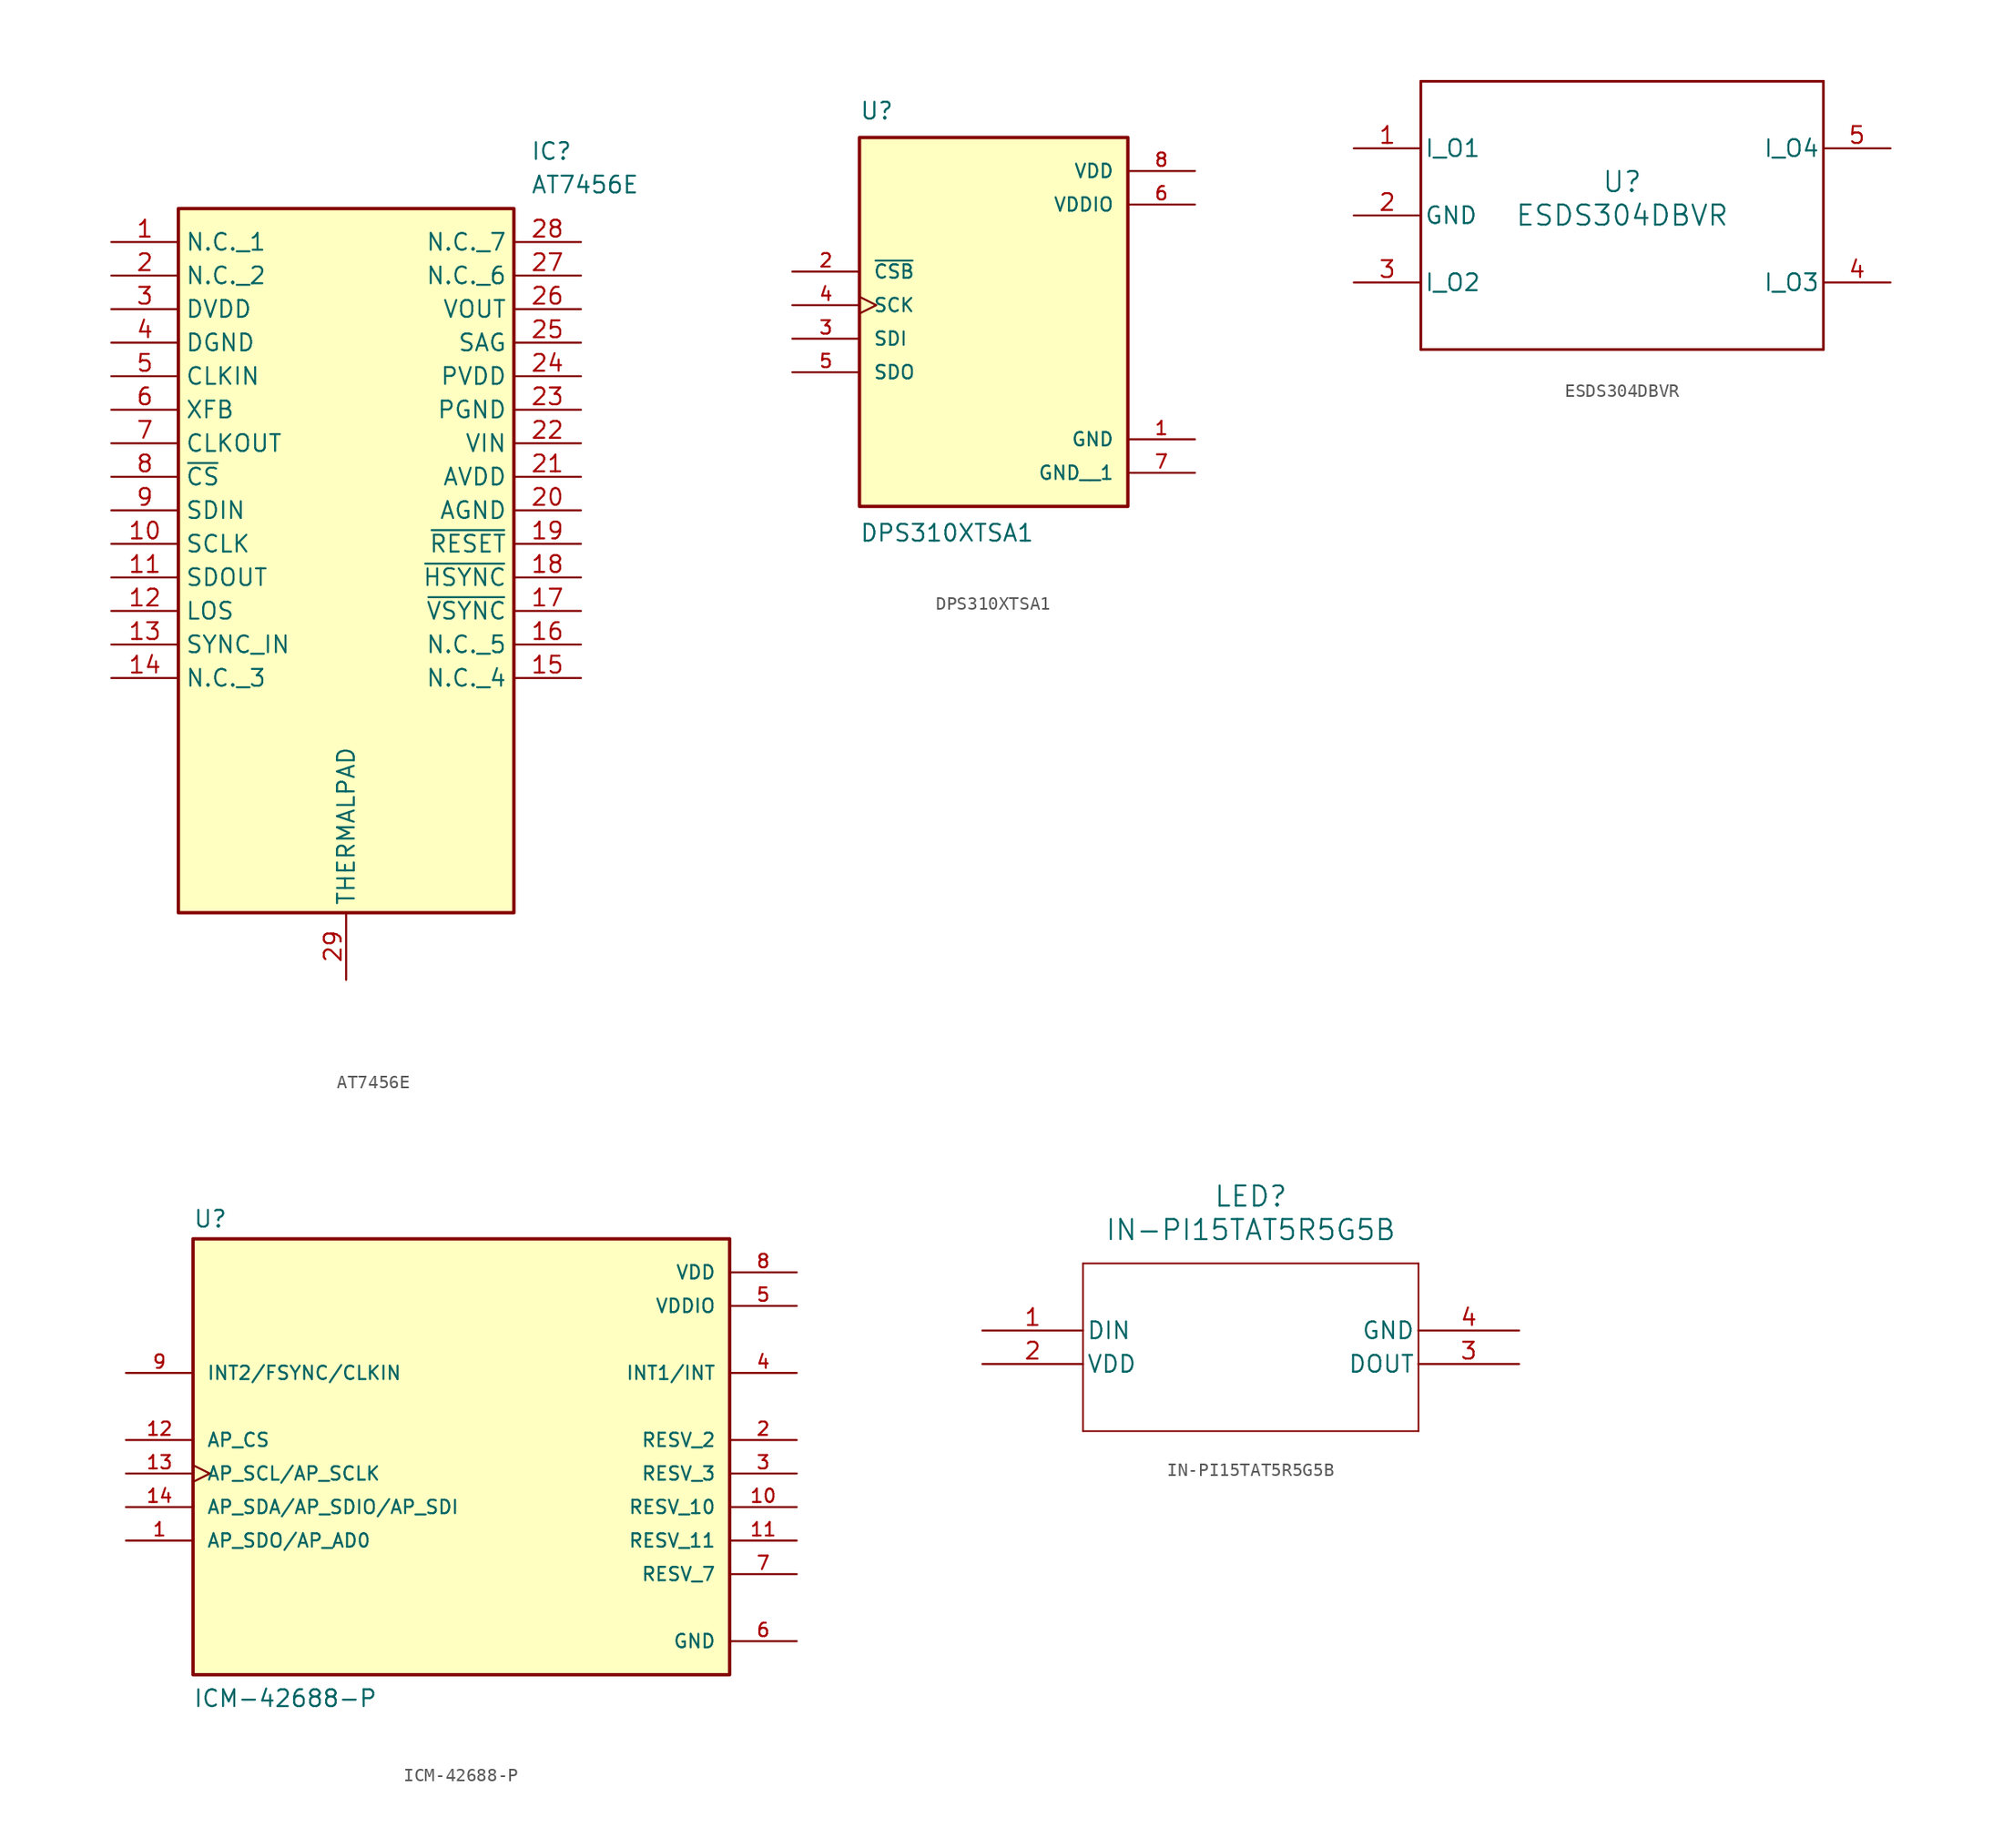
<source format=kicad_sym>
(kicad_symbol_lib
  (version 20220914)
  (generator kicad_symbol_editor)
  (symbol "AT7456E"
    (property "Reference" "IC"
      (at 31.75 7.62 0)
      (effects (font (size 1.27 1.27)) (justify left top)))
    (property "Value" "AT7456E"
      (at 31.75 5.08 0)
      (effects (font (size 1.27 1.27)) (justify left top)))
    (symbol "AT7456E_1_1"
      (rectangle (start 5.08 2.54) (end 30.48 -50.8) (stroke (width 0.254) (type default)) (fill (type background)))
      (pin passive line (at 0 0 0) (length 5.08) (name "N.C._1" (effects (font (size 1.27 1.27)))) (number "1" (effects (font (size 1.27 1.27)))))
      (pin passive line (at 0 -22.86 0) (length 5.08) (name "SCLK" (effects (font (size 1.27 1.27)))) (number "10" (effects (font (size 1.27 1.27)))))
      (pin passive line (at 0 -25.4 0) (length 5.08) (name "SDOUT" (effects (font (size 1.27 1.27)))) (number "11" (effects (font (size 1.27 1.27)))))
      (pin passive line (at 0 -27.94 0) (length 5.08) (name "LOS" (effects (font (size 1.27 1.27)))) (number "12" (effects (font (size 1.27 1.27)))))
      (pin passive line (at 0 -30.48 0) (length 5.08) (name "SYNC_IN" (effects (font (size 1.27 1.27)))) (number "13" (effects (font (size 1.27 1.27)))))
      (pin passive line (at 0 -33.02 0) (length 5.08) (name "N.C._3" (effects (font (size 1.27 1.27)))) (number "14" (effects (font (size 1.27 1.27)))))
      (pin passive line (at 35.56 -33.02 180) (length 5.08) (name "N.C._4" (effects (font (size 1.27 1.27)))) (number "15" (effects (font (size 1.27 1.27)))))
      (pin passive line (at 35.56 -30.48 180) (length 5.08) (name "N.C._5" (effects (font (size 1.27 1.27)))) (number "16" (effects (font (size 1.27 1.27)))))
      (pin passive line (at 35.56 -27.94 180) (length 5.08) (name "~{VSYNC}" (effects (font (size 1.27 1.27)))) (number "17" (effects (font (size 1.27 1.27)))))
      (pin passive line (at 35.56 -25.4 180) (length 5.08) (name "~{HSYNC}" (effects (font (size 1.27 1.27)))) (number "18" (effects (font (size 1.27 1.27)))))
      (pin passive line (at 35.56 -22.86 180) (length 5.08) (name "~{RESET}" (effects (font (size 1.27 1.27)))) (number "19" (effects (font (size 1.27 1.27)))))
      (pin passive line (at 0 -2.54 0) (length 5.08) (name "N.C._2" (effects (font (size 1.27 1.27)))) (number "2" (effects (font (size 1.27 1.27)))))
      (pin passive line (at 35.56 -20.32 180) (length 5.08) (name "AGND" (effects (font (size 1.27 1.27)))) (number "20" (effects (font (size 1.27 1.27)))))
      (pin passive line (at 35.56 -17.78 180) (length 5.08) (name "AVDD" (effects (font (size 1.27 1.27)))) (number "21" (effects (font (size 1.27 1.27)))))
      (pin passive line (at 35.56 -15.24 180) (length 5.08) (name "VIN" (effects (font (size 1.27 1.27)))) (number "22" (effects (font (size 1.27 1.27)))))
      (pin passive line (at 35.56 -12.7 180) (length 5.08) (name "PGND" (effects (font (size 1.27 1.27)))) (number "23" (effects (font (size 1.27 1.27)))))
      (pin passive line (at 35.56 -10.16 180) (length 5.08) (name "PVDD" (effects (font (size 1.27 1.27)))) (number "24" (effects (font (size 1.27 1.27)))))
      (pin passive line (at 35.56 -7.62 180) (length 5.08) (name "SAG" (effects (font (size 1.27 1.27)))) (number "25" (effects (font (size 1.27 1.27)))))
      (pin passive line (at 35.56 -5.08 180) (length 5.08) (name "VOUT" (effects (font (size 1.27 1.27)))) (number "26" (effects (font (size 1.27 1.27)))))
      (pin passive line (at 35.56 -2.54 180) (length 5.08) (name "N.C._6" (effects (font (size 1.27 1.27)))) (number "27" (effects (font (size 1.27 1.27)))))
      (pin passive line (at 35.56 0 180) (length 5.08) (name "N.C._7" (effects (font (size 1.27 1.27)))) (number "28" (effects (font (size 1.27 1.27)))))
      (pin passive line (at 17.78 -55.88 90) (length 5.08) (name "THERMALPAD" (effects (font (size 1.27 1.27)))) (number "29" (effects (font (size 1.27 1.27)))))
      (pin passive line (at 0 -5.08 0) (length 5.08) (name "DVDD" (effects (font (size 1.27 1.27)))) (number "3" (effects (font (size 1.27 1.27)))))
      (pin passive line (at 0 -7.62 0) (length 5.08) (name "DGND" (effects (font (size 1.27 1.27)))) (number "4" (effects (font (size 1.27 1.27)))))
      (pin passive line (at 0 -10.16 0) (length 5.08) (name "CLKIN" (effects (font (size 1.27 1.27)))) (number "5" (effects (font (size 1.27 1.27)))))
      (pin passive line (at 0 -12.7 0) (length 5.08) (name "XFB" (effects (font (size 1.27 1.27)))) (number "6" (effects (font (size 1.27 1.27)))))
      (pin passive line (at 0 -15.24 0) (length 5.08) (name "CLKOUT" (effects (font (size 1.27 1.27)))) (number "7" (effects (font (size 1.27 1.27)))))
      (pin passive line (at 0 -17.78 0) (length 5.08) (name "~{CS}" (effects (font (size 1.27 1.27)))) (number "8" (effects (font (size 1.27 1.27)))))
      (pin passive line (at 0 -20.32 0) (length 5.08) (name "SDIN" (effects (font (size 1.27 1.27)))) (number "9" (effects (font (size 1.27 1.27)))))))
  (symbol "DPS310XTSA1"
    (pin_names
      (offset 1.016))
    (property "Reference" "U"
      (at -10.16 13.97 0)
      (effects (font (size 1.27 1.27)) (justify left bottom)))
    (property "Value" "DPS310XTSA1"
      (at -10.16 -16.51 0)
      (effects (font (size 1.27 1.27)) (justify left top)))
    (symbol "DPS310XTSA1_0_0"
      (rectangle (start -10.16 -15.24) (end 10.16 12.7) (stroke (width 0.254) (type default)) (fill (type background)))
      (pin power_in line (at 15.24 -10.16 180) (length 5.08) (name "GND" (effects (font (size 1.016 1.016)))) (number "1" (effects (font (size 1.016 1.016)))))
      (pin input line (at -15.24 2.54 0) (length 5.08) (name "~{CSB}" (effects (font (size 1.016 1.016)))) (number "2" (effects (font (size 1.016 1.016)))))
      (pin bidirectional line (at -15.24 -2.54 0) (length 5.08) (name "SDI" (effects (font (size 1.016 1.016)))) (number "3" (effects (font (size 1.016 1.016)))))
      (pin input clock (at -15.24 0 0) (length 5.08) (name "SCK" (effects (font (size 1.016 1.016)))) (number "4" (effects (font (size 1.016 1.016)))))
      (pin output line (at -15.24 -5.08 0) (length 5.08) (name "SDO" (effects (font (size 1.016 1.016)))) (number "5" (effects (font (size 1.016 1.016)))))
      (pin power_in line (at 15.24 7.62 180) (length 5.08) (name "VDDIO" (effects (font (size 1.016 1.016)))) (number "6" (effects (font (size 1.016 1.016)))))
      (pin power_in line (at 15.24 -12.7 180) (length 5.08) (name "GND__1" (effects (font (size 1.016 1.016)))) (number "7" (effects (font (size 1.016 1.016)))))
      (pin power_in line (at 15.24 10.16 180) (length 5.08) (name "VDD" (effects (font (size 1.016 1.016)))) (number "8" (effects (font (size 1.016 1.016)))))))
  (symbol "ESDS304DBVR"
    (pin_names
      (offset 0.254))
    (property "Reference" "U"
      (at 0 2.54 0)
      (effects (font (size 1.524 1.524))))
    (property "Value" "ESDS304DBVR"
      (at 0 0 0)
      (effects (font (size 1.524 1.524))))
    (property "ki_locked" ""
      (at 0 0 0)
      (effects (font (size 1.27 1.27))))
    (symbol "ESDS304DBVR_0_1"
      (polyline (pts (xy -15.24 -10.16) (xy 15.24 -10.16)) (stroke (width 0.203) (type default)) (fill (type none)))
      (polyline (pts (xy -15.24 10.16) (xy -15.24 -10.16)) (stroke (width 0.203) (type default)) (fill (type none)))
      (polyline (pts (xy 15.24 -10.16) (xy 15.24 10.16)) (stroke (width 0.203) (type default)) (fill (type none)))
      (polyline (pts (xy 15.24 10.16) (xy -15.24 10.16)) (stroke (width 0.203) (type default)) (fill (type none)))
      (pin power_in line (at -20.32 0 0) (length 5.08) (name "GND" (effects (font (size 1.27 1.27)))) (number "2" (effects (font (size 1.27 1.27)))))
      (pin bidirectional line (at 20.32 -5.08 180) (length 5.08) (name "I_O3" (effects (font (size 1.27 1.27)))) (number "4" (effects (font (size 1.27 1.27)))))
      (pin bidirectional line (at 20.32 5.08 180) (length 5.08) (name "I_O4" (effects (font (size 1.27 1.27)))) (number "5" (effects (font (size 1.27 1.27))))))
    (symbol "ESDS304DBVR_1_1"
      (pin bidirectional line (at -20.32 5.08 0) (length 5.08) (name "I_O1" (effects (font (size 1.27 1.27)))) (number "1" (effects (font (size 1.27 1.27)))))
      (pin bidirectional line (at -20.32 -5.08 0) (length 5.08) (name "I_O2" (effects (font (size 1.27 1.27)))) (number "3" (effects (font (size 1.27 1.27)))))))
  (symbol "ICM-42688-P"
    (pin_names
      (offset 1.016))
    (property "Reference" "U"
      (at -20.32 16.002 0)
      (effects (font (size 1.27 1.27)) (justify left bottom)))
    (property "Value" "ICM-42688-P"
      (at -20.32 -20.32 0)
      (effects (font (size 1.27 1.27)) (justify left bottom)))
    (symbol "ICM-42688-P_0_0"
      (rectangle (start -20.32 -17.78) (end 20.32 15.24) (stroke (width 0.254) (type default)) (fill (type background)))
      (pin bidirectional line (at -25.4 -7.62 0) (length 5.08) (name "AP_SDO/AP_AD0" (effects (font (size 1.016 1.016)))) (number "1" (effects (font (size 1.016 1.016)))))
      (pin passive line (at 25.4 -5.08 180) (length 5.08) (name "RESV_10" (effects (font (size 1.016 1.016)))) (number "10" (effects (font (size 1.016 1.016)))))
      (pin passive line (at 25.4 -7.62 180) (length 5.08) (name "RESV_11" (effects (font (size 1.016 1.016)))) (number "11" (effects (font (size 1.016 1.016)))))
      (pin input line (at -25.4 0 0) (length 5.08) (name "AP_CS" (effects (font (size 1.016 1.016)))) (number "12" (effects (font (size 1.016 1.016)))))
      (pin input clock (at -25.4 -2.54 0) (length 5.08) (name "AP_SCL/AP_SCLK" (effects (font (size 1.016 1.016)))) (number "13" (effects (font (size 1.016 1.016)))))
      (pin bidirectional line (at -25.4 -5.08 0) (length 5.08) (name "AP_SDA/AP_SDIO/AP_SDI" (effects (font (size 1.016 1.016)))) (number "14" (effects (font (size 1.016 1.016)))))
      (pin passive line (at 25.4 0 180) (length 5.08) (name "RESV_2" (effects (font (size 1.016 1.016)))) (number "2" (effects (font (size 1.016 1.016)))))
      (pin passive line (at 25.4 -2.54 180) (length 5.08) (name "RESV_3" (effects (font (size 1.016 1.016)))) (number "3" (effects (font (size 1.016 1.016)))))
      (pin output line (at 25.4 5.08 180) (length 5.08) (name "INT1/INT" (effects (font (size 1.016 1.016)))) (number "4" (effects (font (size 1.016 1.016)))))
      (pin power_in line (at 25.4 10.16 180) (length 5.08) (name "VDDIO" (effects (font (size 1.016 1.016)))) (number "5" (effects (font (size 1.016 1.016)))))
      (pin power_in line (at 25.4 -15.24 180) (length 5.08) (name "GND" (effects (font (size 1.016 1.016)))) (number "6" (effects (font (size 1.016 1.016)))))
      (pin passive line (at 25.4 -10.16 180) (length 5.08) (name "RESV_7" (effects (font (size 1.016 1.016)))) (number "7" (effects (font (size 1.016 1.016)))))
      (pin power_in line (at 25.4 12.7 180) (length 5.08) (name "VDD" (effects (font (size 1.016 1.016)))) (number "8" (effects (font (size 1.016 1.016)))))
      (pin bidirectional line (at -25.4 5.08 0) (length 5.08) (name "INT2/FSYNC/CLKIN" (effects (font (size 1.016 1.016)))) (number "9" (effects (font (size 1.016 1.016)))))))
  (symbol "IN-PI15TAT5R5G5B"
    (pin_names
      (offset 0.254))
    (property "Reference" "LED"
      (at 20.32 10.16 0)
      (effects (font (size 1.524 1.524))))
    (property "Value" "IN-PI15TAT5R5G5B"
      (at 20.32 7.62 0)
      (effects (font (size 1.524 1.524))))
    (property "ki_locked" ""
      (at 0 0 0)
      (effects (font (size 1.27 1.27))))
    (symbol "IN-PI15TAT5R5G5B_0_1"
      (polyline (pts (xy 7.62 -7.62) (xy 33.02 -7.62)) (stroke (width 0.127) (type default)) (fill (type none)))
      (polyline (pts (xy 7.62 5.08) (xy 7.62 -7.62)) (stroke (width 0.127) (type default)) (fill (type none)))
      (polyline (pts (xy 33.02 -7.62) (xy 33.02 5.08)) (stroke (width 0.127) (type default)) (fill (type none)))
      (polyline (pts (xy 33.02 5.08) (xy 7.62 5.08)) (stroke (width 0.127) (type default)) (fill (type none)))
      (pin input line (at 0 0 0) (length 7.62) (name "DIN" (effects (font (size 1.27 1.27)))) (number "1" (effects (font (size 1.27 1.27)))))
      (pin power_in line (at 0 -2.54 0) (length 7.62) (name "VDD" (effects (font (size 1.27 1.27)))) (number "2" (effects (font (size 1.27 1.27)))))
      (pin output line (at 40.64 -2.54 180) (length 7.62) (name "DOUT" (effects (font (size 1.27 1.27)))) (number "3" (effects (font (size 1.27 1.27))))))
    (symbol "IN-PI15TAT5R5G5B_1_1"
      (pin power_in line (at 40.64 0 180) (length 7.62) (name "GND" (effects (font (size 1.27 1.27)))) (number "4" (effects (font (size 1.27 1.27))))))))
</source>
